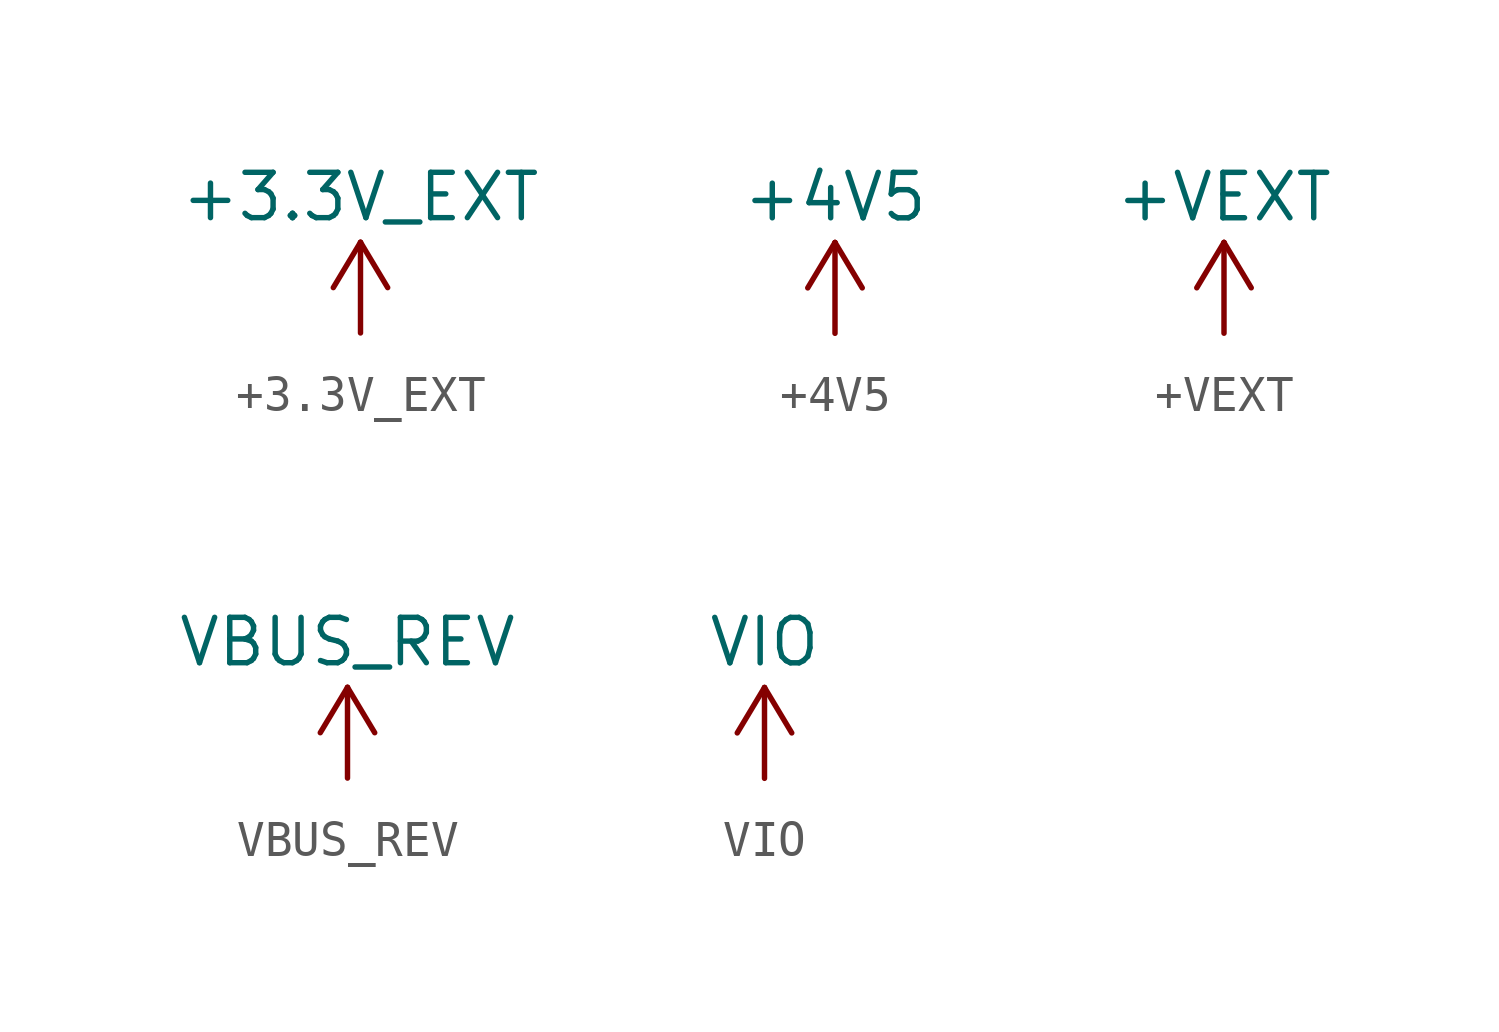
<source format=kicad_sym>
(kicad_symbol_lib
  (version 20220914)
  (generator kicad_symbol_editor)
  (symbol "+3.3V_EXT"
    (power)
    (pin_numbers hide)
    (property "Reference" "#PWR"
      (at -6.985 3.81 0)
      (effects (font (size 1.27 1.27)) hide))
    (property "Value" "+3.3V_EXT"
      (at 0 3.81 0)
      (effects (font (size 1.27 1.27))))
    (symbol "+3.3V_EXT_0_1"
      (polyline (pts (xy 0 0) (xy 0 2.54)) (stroke (width 0) (type default)) (fill (type none)))
      (polyline (pts (xy 0 2.54) (xy -0.762 1.27)) (stroke (width 0) (type default)) (fill (type none)))
      (polyline (pts (xy 0 2.54) (xy 0.762 1.27)) (stroke (width 0) (type default)) (fill (type none))))
    (symbol "+3.3V_EXT_1_1"
      (pin power_in line (at 0 0 90) (length 0) hide (name "+3.3V_EXT" (effects (font (size 1.27 1.27)))) (number "1" (effects (font (size 1.27 1.27)))))))
  (symbol "+4V5"
    (power)
    (pin_numbers hide)
    (property "Reference" "#PWR"
      (at -6.985 3.81 0)
      (effects (font (size 1.27 1.27)) hide))
    (property "Value" "+4V5"
      (at 0 3.81 0)
      (effects (font (size 1.27 1.27))))
    (symbol "+4V5_0_1"
      (polyline (pts (xy 0 0) (xy 0 2.54)) (stroke (width 0) (type default)) (fill (type none)))
      (polyline (pts (xy 0 2.54) (xy -0.762 1.27)) (stroke (width 0) (type default)) (fill (type none)))
      (polyline (pts (xy 0 2.54) (xy 0.762 1.27)) (stroke (width 0) (type default)) (fill (type none))))
    (symbol "+4V5_1_1"
      (pin power_in line (at 0 0 90) (length 0) hide (name "+4V5" (effects (font (size 1.27 1.27)))) (number "1" (effects (font (size 1.27 1.27)))))))
  (symbol "+VEXT"
    (power)
    (pin_numbers hide)
    (property "Reference" "#PWR"
      (at -6.985 3.81 0)
      (effects (font (size 1.27 1.27)) hide))
    (property "Value" "+VEXT"
      (at 0 3.81 0)
      (effects (font (size 1.27 1.27))))
    (symbol "+VEXT_0_1"
      (polyline (pts (xy 0 0) (xy 0 2.54)) (stroke (width 0) (type default)) (fill (type none)))
      (polyline (pts (xy 0 2.54) (xy -0.762 1.27)) (stroke (width 0) (type default)) (fill (type none)))
      (polyline (pts (xy 0 2.54) (xy 0.762 1.27)) (stroke (width 0) (type default)) (fill (type none))))
    (symbol "+VEXT_1_1"
      (pin power_in line (at 0 0 90) (length 0) hide (name "+VEXT" (effects (font (size 1.27 1.27)))) (number "1" (effects (font (size 1.27 1.27)))))))
  (symbol "VBUS_REV"
    (power)
    (pin_numbers hide)
    (property "Reference" "#PWR"
      (at -6.985 3.81 0)
      (effects (font (size 1.27 1.27)) hide))
    (property "Value" "VBUS_REV"
      (at 0 3.81 0)
      (effects (font (size 1.27 1.27))))
    (symbol "VBUS_REV_0_1"
      (polyline (pts (xy 0 0) (xy 0 2.54)) (stroke (width 0) (type default)) (fill (type none)))
      (polyline (pts (xy 0 2.54) (xy -0.762 1.27)) (stroke (width 0) (type default)) (fill (type none)))
      (polyline (pts (xy 0 2.54) (xy 0.762 1.27)) (stroke (width 0) (type default)) (fill (type none))))
    (symbol "VBUS_REV_1_1"
      (pin power_in line (at 0 0 90) (length 0) hide (name "VBUS_REV" (effects (font (size 1.27 1.27)))) (number "1" (effects (font (size 1.27 1.27)))))))
  (symbol "VIO"
    (power)
    (pin_numbers hide)
    (property "Reference" "#PWR"
      (at 7.62 0 0)
      (effects (font (size 1.27 1.27)) hide))
    (property "Value" "VIO"
      (at 0 3.81 0)
      (effects (font (size 1.27 1.27))))
    (symbol "VIO_0_1"
      (polyline (pts (xy 0 0) (xy 0 2.54)) (stroke (width 0) (type default)) (fill (type none)))
      (polyline (pts (xy 0 2.54) (xy -0.762 1.27)) (stroke (width 0) (type default)) (fill (type none)))
      (polyline (pts (xy 0 2.54) (xy 0.762 1.27)) (stroke (width 0) (type default)) (fill (type none))))
    (symbol "VIO_1_1"
      (pin power_in line (at 0 0 90) (length 0) hide (name "VIO" (effects (font (size 1.27 1.27)))) (number "1" (effects (font (size 1.27 1.27))))))))
</source>
